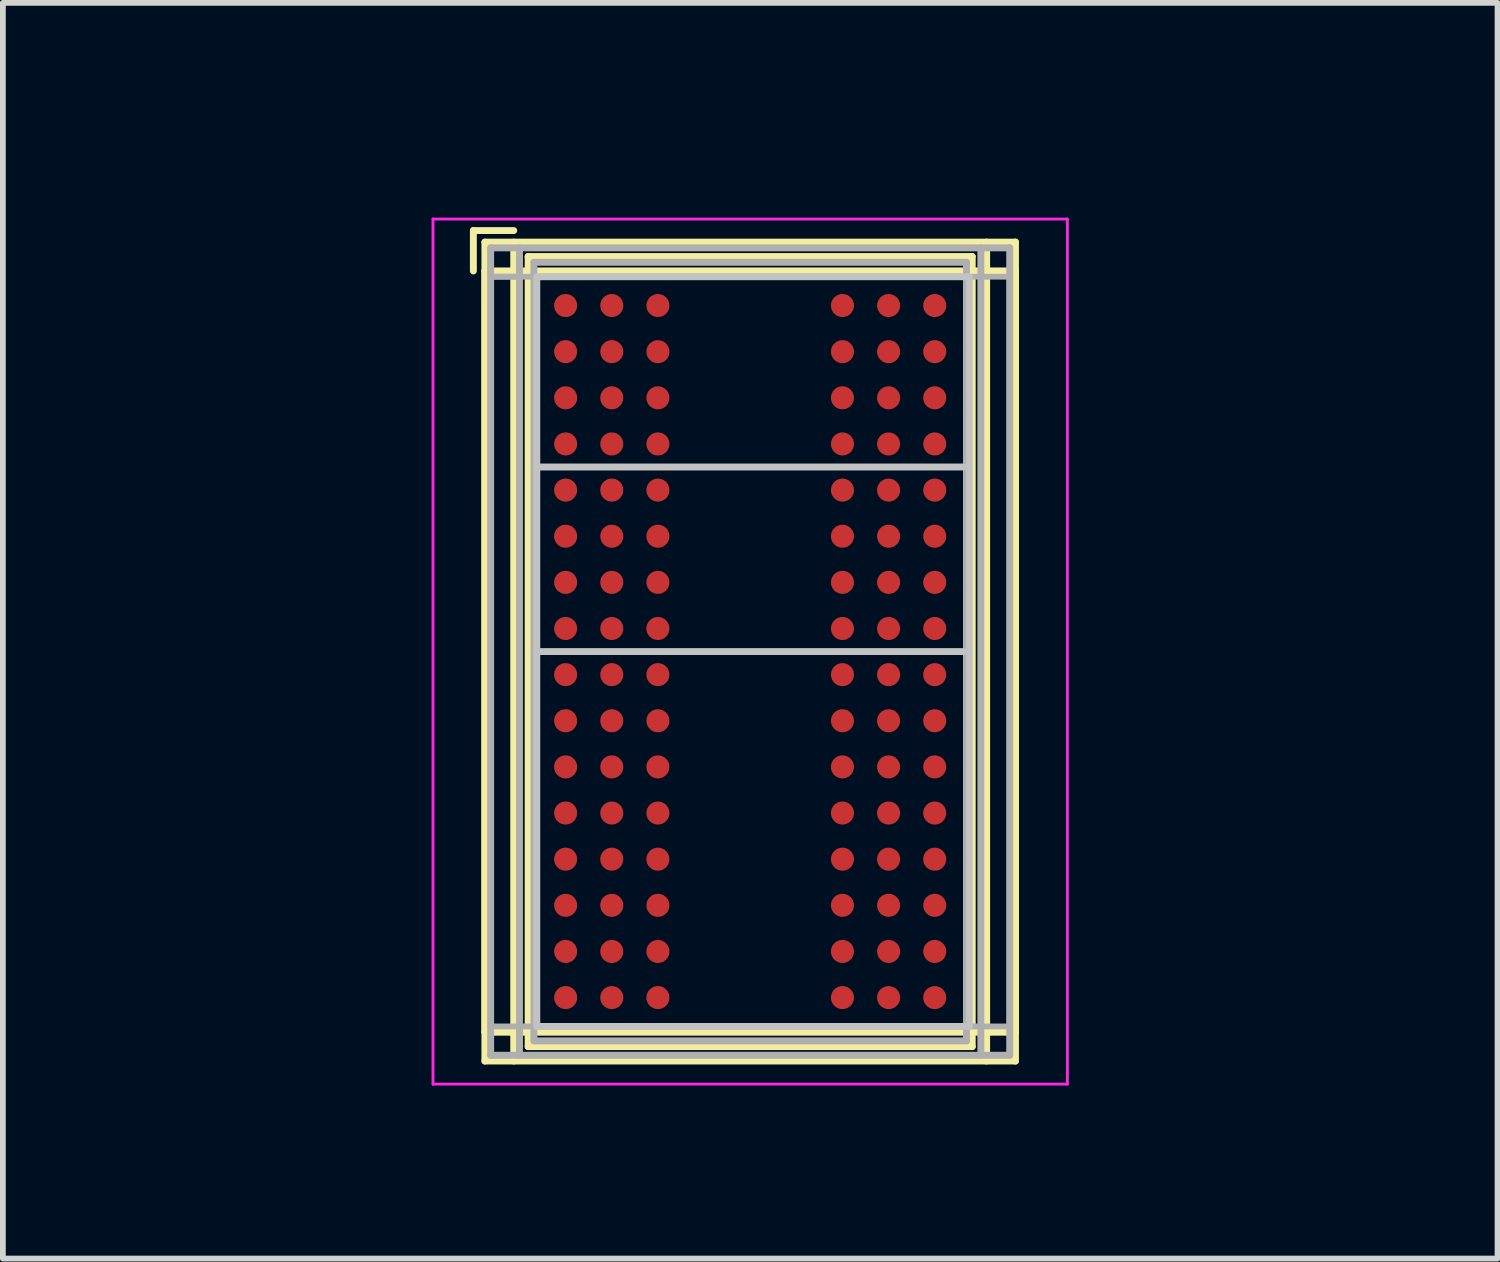
<source format=kicad_pcb>
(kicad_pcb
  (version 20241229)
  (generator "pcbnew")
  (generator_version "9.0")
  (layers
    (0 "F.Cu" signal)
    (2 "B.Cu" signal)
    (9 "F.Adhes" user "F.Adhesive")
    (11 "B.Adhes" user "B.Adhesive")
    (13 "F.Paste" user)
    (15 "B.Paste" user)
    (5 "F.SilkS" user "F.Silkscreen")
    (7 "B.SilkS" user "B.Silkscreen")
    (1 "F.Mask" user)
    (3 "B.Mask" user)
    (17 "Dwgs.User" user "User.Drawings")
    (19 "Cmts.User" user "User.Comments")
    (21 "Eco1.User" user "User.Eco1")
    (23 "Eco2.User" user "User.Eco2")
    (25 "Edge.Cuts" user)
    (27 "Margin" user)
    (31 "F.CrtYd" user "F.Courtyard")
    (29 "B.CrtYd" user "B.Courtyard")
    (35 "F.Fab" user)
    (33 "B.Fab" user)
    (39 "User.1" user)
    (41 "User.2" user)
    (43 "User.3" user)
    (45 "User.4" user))
  (footprint "BGA-96_P0.8mm_NoPaste"
    (layer "F.Cu")
    (at 9.958 8.248)
    (property "Reference" "BGA-96_P0.8mm_NoPaste" (at 0 -7.4 0) (layer "Eco2.User") (effects (font (size 1 1) (thickness 0.15))))
    (attr smd)
    (fp_line (start -4.8 -7.3) (end -4.8 -6.6) (stroke (width 0.12) (type solid)) (layer "F.SilkS"))
    (fp_line (start -4.6 -7.1) (end -4.6 7.1) (stroke (width 0.12) (type solid)) (layer "F.SilkS"))
    (fp_line (start -4.6 -6.6) (end -4.6 6.6) (stroke (width 0.12) (type solid)) (layer "F.SilkS"))
    (fp_line (start -4.6 6.6) (end 4.6 6.6) (stroke (width 0.12) (type solid)) (layer "F.SilkS"))
    (fp_line (start -4.6 7.1) (end 4.6 7.1) (stroke (width 0.12) (type solid)) (layer "F.SilkS"))
    (fp_line (start -4.1 -7.3) (end -4.8 -7.3) (stroke (width 0.12) (type solid)) (layer "F.SilkS"))
    (fp_line (start -4.1 -7.1) (end -4.1 7.1) (stroke (width 0.12) (type solid)) (layer "F.SilkS"))
    (fp_line (start -3.85 -6.85) (end 3.85 -6.85) (stroke (width 0.12) (type solid)) (layer "F.SilkS"))
    (fp_line (start -3.85 6.85) (end -3.85 -6.85) (stroke (width 0.12) (type solid)) (layer "F.SilkS"))
    (fp_line (start 3.85 -6.85) (end 3.85 6.85) (stroke (width 0.12) (type solid)) (layer "F.SilkS"))
    (fp_line (start 3.85 6.85) (end -3.85 6.85) (stroke (width 0.12) (type solid)) (layer "F.SilkS"))
    (fp_line (start 4.1 7.1) (end 4.1 -7.1) (stroke (width 0.12) (type solid)) (layer "F.SilkS"))
    (fp_line (start 4.6 -7.1) (end -4.6 -7.1) (stroke (width 0.12) (type solid)) (layer "F.SilkS"))
    (fp_line (start 4.6 -6.6) (end -4.6 -6.6) (stroke (width 0.12) (type solid)) (layer "F.SilkS"))
    (fp_line (start 4.6 6.6) (end 4.6 -6.6) (stroke (width 0.12) (type solid)) (layer "F.SilkS"))
    (fp_line (start 4.6 7.1) (end 4.6 -7.1) (stroke (width 0.12) (type solid)) (layer "F.SilkS"))
    (fp_line (start -3.7 -3.2) (end 3.7 -3.2) (stroke (width 0.12) (type solid)) (layer "Dwgs.User"))
    (fp_line (start -3.7 0) (end 3.7 0) (stroke (width 0.12) (type solid)) (layer "Dwgs.User"))
    (fp_rect (start -3.7 -6.5) (end 3.8 6.5) (stroke (width 0.12) (type solid)) (fill no) (layer "Dwgs.User"))
    (fp_line (start -5.5 -7.5) (end -5.5 7.5) (stroke (width 0.05) (type solid)) (layer "F.CrtYd"))
    (fp_line (start -5.5 -7.5) (end 5.5 -7.5) (stroke (width 0.05) (type solid)) (layer "F.CrtYd"))
    (fp_line (start 5.5 7.5) (end -5.5 7.5) (stroke (width 0.05) (type solid)) (layer "F.CrtYd"))
    (fp_line (start 5.5 7.5) (end 5.5 -7.5) (stroke (width 0.05) (type solid)) (layer "F.CrtYd"))
    (fp_line (start -4.5 -7) (end 4.5 -7) (stroke (width 0.12) (type solid)) (layer "F.Fab"))
    (fp_line (start -4.5 -6) (end -4.5 6.5) (stroke (width 0.1) (type solid)) (layer "F.Fab"))
    (fp_line (start -4.5 6.5) (end 4.5 6.5) (stroke (width 0.1) (type solid)) (layer "F.Fab"))
    (fp_line (start -4.5 7) (end -4.5 -7) (stroke (width 0.12) (type solid)) (layer "F.Fab"))
    (fp_line (start -4 -7) (end -4 7) (stroke (width 0.12) (type solid)) (layer "F.Fab"))
    (fp_line (start -3.75 -6.75) (end -3.75 6.75) (stroke (width 0.12) (type solid)) (layer "F.Fab"))
    (fp_line (start -3.75 -6.75) (end 3.75 -6.75) (stroke (width 0.12) (type solid)) (layer "F.Fab"))
    (fp_line (start 3.75 -6.75) (end 3.75 6.75) (stroke (width 0.12) (type solid)) (layer "F.Fab"))
    (fp_line (start 3.75 6.75) (end -3.75 6.75) (stroke (width 0.12) (type solid)) (layer "F.Fab"))
    (fp_line (start 4 -7) (end 4 7) (stroke (width 0.12) (type solid)) (layer "F.Fab"))
    (fp_line (start 4.5 -7) (end 4.5 7) (stroke (width 0.12) (type solid)) (layer "F.Fab"))
    (fp_line (start 4.5 -6.5) (end -4.5 -6.5) (stroke (width 0.1) (type solid)) (layer "F.Fab"))
    (fp_line (start 4.5 6.5) (end 4.5 -6.5) (stroke (width 0.1) (type solid)) (layer "F.Fab"))
    (fp_line (start 4.5 7) (end -4.5 7) (stroke (width 0.12) (type solid)) (layer "F.Fab"))
    (fp_rect (start -4.5 -7) (end -4 -6.5) (stroke (width 0.1) (type solid)) (fill no) (layer "F.Fab"))
    (pad "A1" smd circle (at -3.2 -6) (size 0.4 0.4) (layers "F.Cu" "F.Mask"))
    (pad "A2" smd circle (at -2.4 -6) (size 0.4 0.4) (layers "F.Cu" "F.Mask"))
    (pad "A3" smd circle (at -1.6 -6) (size 0.4 0.4) (layers "F.Cu" "F.Mask"))
    (pad "A7" smd circle (at 1.6 -6) (size 0.4 0.4) (layers "F.Cu" "F.Mask"))
    (pad "A8" smd circle (at 2.4 -6) (size 0.4 0.4) (layers "F.Cu" "F.Mask"))
    (pad "A9" smd circle (at 3.2 -6) (size 0.4 0.4) (layers "F.Cu" "F.Mask"))
    (pad "B1" smd circle (at -3.2 -5.2) (size 0.4 0.4) (layers "F.Cu" "F.Mask"))
    (pad "B2" smd circle (at -2.4 -5.2) (size 0.4 0.4) (layers "F.Cu" "F.Mask"))
    (pad "B3" smd circle (at -1.6 -5.2) (size 0.4 0.4) (layers "F.Cu" "F.Mask"))
    (pad "B7" smd circle (at 1.6 -5.2) (size 0.4 0.4) (layers "F.Cu" "F.Mask"))
    (pad "B8" smd circle (at 2.4 -5.2) (size 0.4 0.4) (layers "F.Cu" "F.Mask"))
    (pad "B9" smd circle (at 3.2 -5.2) (size 0.4 0.4) (layers "F.Cu" "F.Mask"))
    (pad "C1" smd circle (at -3.2 -4.4) (size 0.4 0.4) (layers "F.Cu" "F.Mask"))
    (pad "C2" smd circle (at -2.4 -4.4) (size 0.4 0.4) (layers "F.Cu" "F.Mask"))
    (pad "C3" smd circle (at -1.6 -4.4) (size 0.4 0.4) (layers "F.Cu" "F.Mask"))
    (pad "C7" smd circle (at 1.6 -4.4) (size 0.4 0.4) (layers "F.Cu" "F.Mask"))
    (pad "C8" smd circle (at 2.4 -4.4) (size 0.4 0.4) (layers "F.Cu" "F.Mask"))
    (pad "C9" smd circle (at 3.2 -4.4) (size 0.4 0.4) (layers "F.Cu" "F.Mask"))
    (pad "D1" smd circle (at -3.2 -3.6) (size 0.4 0.4) (layers "F.Cu" "F.Mask"))
    (pad "D2" smd circle (at -2.4 -3.6) (size 0.4 0.4) (layers "F.Cu" "F.Mask"))
    (pad "D3" smd circle (at -1.6 -3.6) (size 0.4 0.4) (layers "F.Cu" "F.Mask"))
    (pad "D7" smd circle (at 1.6 -3.6) (size 0.4 0.4) (layers "F.Cu" "F.Mask"))
    (pad "D8" smd circle (at 2.4 -3.6) (size 0.4 0.4) (layers "F.Cu" "F.Mask"))
    (pad "D9" smd circle (at 3.2 -3.6) (size 0.4 0.4) (layers "F.Cu" "F.Mask"))
    (pad "E1" smd circle (at -3.2 -2.8) (size 0.4 0.4) (layers "F.Cu" "F.Mask"))
    (pad "E2" smd circle (at -2.4 -2.8) (size 0.4 0.4) (layers "F.Cu" "F.Mask"))
    (pad "E3" smd circle (at -1.6 -2.8) (size 0.4 0.4) (layers "F.Cu" "F.Mask"))
    (pad "E7" smd circle (at 1.6 -2.8) (size 0.4 0.4) (layers "F.Cu" "F.Mask"))
    (pad "E8" smd circle (at 2.4 -2.8) (size 0.4 0.4) (layers "F.Cu" "F.Mask"))
    (pad "E9" smd circle (at 3.2 -2.8) (size 0.4 0.4) (layers "F.Cu" "F.Mask"))
    (pad "F1" smd circle (at -3.2 -2) (size 0.4 0.4) (layers "F.Cu" "F.Mask"))
    (pad "F2" smd circle (at -2.4 -2) (size 0.4 0.4) (layers "F.Cu" "F.Mask"))
    (pad "F3" smd circle (at -1.6 -2) (size 0.4 0.4) (layers "F.Cu" "F.Mask"))
    (pad "F7" smd circle (at 1.6 -2) (size 0.4 0.4) (layers "F.Cu" "F.Mask"))
    (pad "F8" smd circle (at 2.4 -2) (size 0.4 0.4) (layers "F.Cu" "F.Mask"))
    (pad "F9" smd circle (at 3.2 -2) (size 0.4 0.4) (layers "F.Cu" "F.Mask"))
    (pad "G1" smd circle (at -3.2 -1.2) (size 0.4 0.4) (layers "F.Cu" "F.Mask"))
    (pad "G2" smd circle (at -2.4 -1.2) (size 0.4 0.4) (layers "F.Cu" "F.Mask"))
    (pad "G3" smd circle (at -1.6 -1.2) (size 0.4 0.4) (layers "F.Cu" "F.Mask"))
    (pad "G7" smd circle (at 1.6 -1.2) (size 0.4 0.4) (layers "F.Cu" "F.Mask"))
    (pad "G8" smd circle (at 2.4 -1.2) (size 0.4 0.4) (layers "F.Cu" "F.Mask"))
    (pad "G9" smd circle (at 3.2 -1.2) (size 0.4 0.4) (layers "F.Cu" "F.Mask"))
    (pad "H1" smd circle (at -3.2 -0.4) (size 0.4 0.4) (layers "F.Cu" "F.Mask"))
    (pad "H2" smd circle (at -2.4 -0.4) (size 0.4 0.4) (layers "F.Cu" "F.Mask"))
    (pad "H3" smd circle (at -1.6 -0.4) (size 0.4 0.4) (layers "F.Cu" "F.Mask"))
    (pad "H7" smd circle (at 1.6 -0.4) (size 0.4 0.4) (layers "F.Cu" "F.Mask"))
    (pad "H8" smd circle (at 2.4 -0.4) (size 0.4 0.4) (layers "F.Cu" "F.Mask"))
    (pad "H9" smd circle (at 3.2 -0.4) (size 0.4 0.4) (layers "F.Cu" "F.Mask"))
    (pad "J1" smd circle (at -3.2 0.4) (size 0.4 0.4) (layers "F.Cu" "F.Mask"))
    (pad "J2" smd circle (at -2.4 0.4) (size 0.4 0.4) (layers "F.Cu" "F.Mask"))
    (pad "J3" smd circle (at -1.6 0.4) (size 0.4 0.4) (layers "F.Cu" "F.Mask"))
    (pad "J7" smd circle (at 1.6 0.4) (size 0.4 0.4) (layers "F.Cu" "F.Mask"))
    (pad "J8" smd circle (at 2.4 0.4) (size 0.4 0.4) (layers "F.Cu" "F.Mask"))
    (pad "J9" smd circle (at 3.2 0.4) (size 0.4 0.4) (layers "F.Cu" "F.Mask"))
    (pad "K1" smd circle (at -3.2 1.2) (size 0.4 0.4) (layers "F.Cu" "F.Mask"))
    (pad "K2" smd circle (at -2.4 1.2) (size 0.4 0.4) (layers "F.Cu" "F.Mask"))
    (pad "K3" smd circle (at -1.6 1.2) (size 0.4 0.4) (layers "F.Cu" "F.Mask"))
    (pad "K7" smd circle (at 1.6 1.2) (size 0.4 0.4) (layers "F.Cu" "F.Mask"))
    (pad "K8" smd circle (at 2.4 1.2) (size 0.4 0.4) (layers "F.Cu" "F.Mask"))
    (pad "K9" smd circle (at 3.2 1.2) (size 0.4 0.4) (layers "F.Cu" "F.Mask"))
    (pad "L1" smd circle (at -3.2 2) (size 0.4 0.4) (layers "F.Cu" "F.Mask"))
    (pad "L2" smd circle (at -2.4 2) (size 0.4 0.4) (layers "F.Cu" "F.Mask"))
    (pad "L3" smd circle (at -1.6 2) (size 0.4 0.4) (layers "F.Cu" "F.Mask"))
    (pad "L7" smd circle (at 1.6 2) (size 0.4 0.4) (layers "F.Cu" "F.Mask"))
    (pad "L8" smd circle (at 2.4 2) (size 0.4 0.4) (layers "F.Cu" "F.Mask"))
    (pad "L9" smd circle (at 3.2 2) (size 0.4 0.4) (layers "F.Cu" "F.Mask"))
    (pad "M1" smd circle (at -3.2 2.8) (size 0.4 0.4) (layers "F.Cu" "F.Mask"))
    (pad "M2" smd circle (at -2.4 2.8) (size 0.4 0.4) (layers "F.Cu" "F.Mask"))
    (pad "M3" smd circle (at -1.6 2.8) (size 0.4 0.4) (layers "F.Cu" "F.Mask"))
    (pad "M7" smd circle (at 1.6 2.8) (size 0.4 0.4) (layers "F.Cu" "F.Mask"))
    (pad "M8" smd circle (at 2.4 2.8) (size 0.4 0.4) (layers "F.Cu" "F.Mask"))
    (pad "M9" smd circle (at 3.2 2.8) (size 0.4 0.4) (layers "F.Cu" "F.Mask"))
    (pad "N1" smd circle (at -3.2 3.6) (size 0.4 0.4) (layers "F.Cu" "F.Mask"))
    (pad "N2" smd circle (at -2.4 3.6) (size 0.4 0.4) (layers "F.Cu" "F.Mask"))
    (pad "N3" smd circle (at -1.6 3.6) (size 0.4 0.4) (layers "F.Cu" "F.Mask"))
    (pad "N7" smd circle (at 1.6 3.6) (size 0.4 0.4) (layers "F.Cu" "F.Mask"))
    (pad "N8" smd circle (at 2.4 3.6) (size 0.4 0.4) (layers "F.Cu" "F.Mask"))
    (pad "N9" smd circle (at 3.2 3.6) (size 0.4 0.4) (layers "F.Cu" "F.Mask"))
    (pad "P1" smd circle (at -3.2 4.4) (size 0.4 0.4) (layers "F.Cu" "F.Mask"))
    (pad "P2" smd circle (at -2.4 4.4) (size 0.4 0.4) (layers "F.Cu" "F.Mask"))
    (pad "P3" smd circle (at -1.6 4.4) (size 0.4 0.4) (layers "F.Cu" "F.Mask"))
    (pad "P7" smd circle (at 1.6 4.4) (size 0.4 0.4) (layers "F.Cu" "F.Mask"))
    (pad "P8" smd circle (at 2.4 4.4) (size 0.4 0.4) (layers "F.Cu" "F.Mask"))
    (pad "P9" smd circle (at 3.2 4.4) (size 0.4 0.4) (layers "F.Cu" "F.Mask"))
    (pad "R1" smd circle (at -3.2 5.2) (size 0.4 0.4) (layers "F.Cu" "F.Mask"))
    (pad "R2" smd circle (at -2.4 5.2) (size 0.4 0.4) (layers "F.Cu" "F.Mask"))
    (pad "R3" smd circle (at -1.6 5.2) (size 0.4 0.4) (layers "F.Cu" "F.Mask"))
    (pad "R7" smd circle (at 1.6 5.2) (size 0.4 0.4) (layers "F.Cu" "F.Mask"))
    (pad "R8" smd circle (at 2.4 5.2) (size 0.4 0.4) (layers "F.Cu" "F.Mask"))
    (pad "R9" smd circle (at 3.2 5.2) (size 0.4 0.4) (layers "F.Cu" "F.Mask"))
    (pad "T1" smd circle (at -3.2 6) (size 0.4 0.4) (layers "F.Cu" "F.Mask"))
    (pad "T2" smd circle (at -2.4 6) (size 0.4 0.4) (layers "F.Cu" "F.Mask"))
    (pad "T3" smd circle (at -1.6 6) (size 0.4 0.4) (layers "F.Cu" "F.Mask"))
    (pad "T7" smd circle (at 1.6 6) (size 0.4 0.4) (layers "F.Cu" "F.Mask"))
    (pad "T8" smd circle (at 2.4 6) (size 0.4 0.4) (layers "F.Cu" "F.Mask"))
    (pad "T9" smd circle (at 3.2 6) (size 0.4 0.4) (layers "F.Cu" "F.Mask")))
  (gr_rect
    (start -3 -3)
    (end 22.917 18.773)
    (stroke (width 0.1) (type default))
    (fill no)
    (layer "Edge.Cuts")))
</source>
